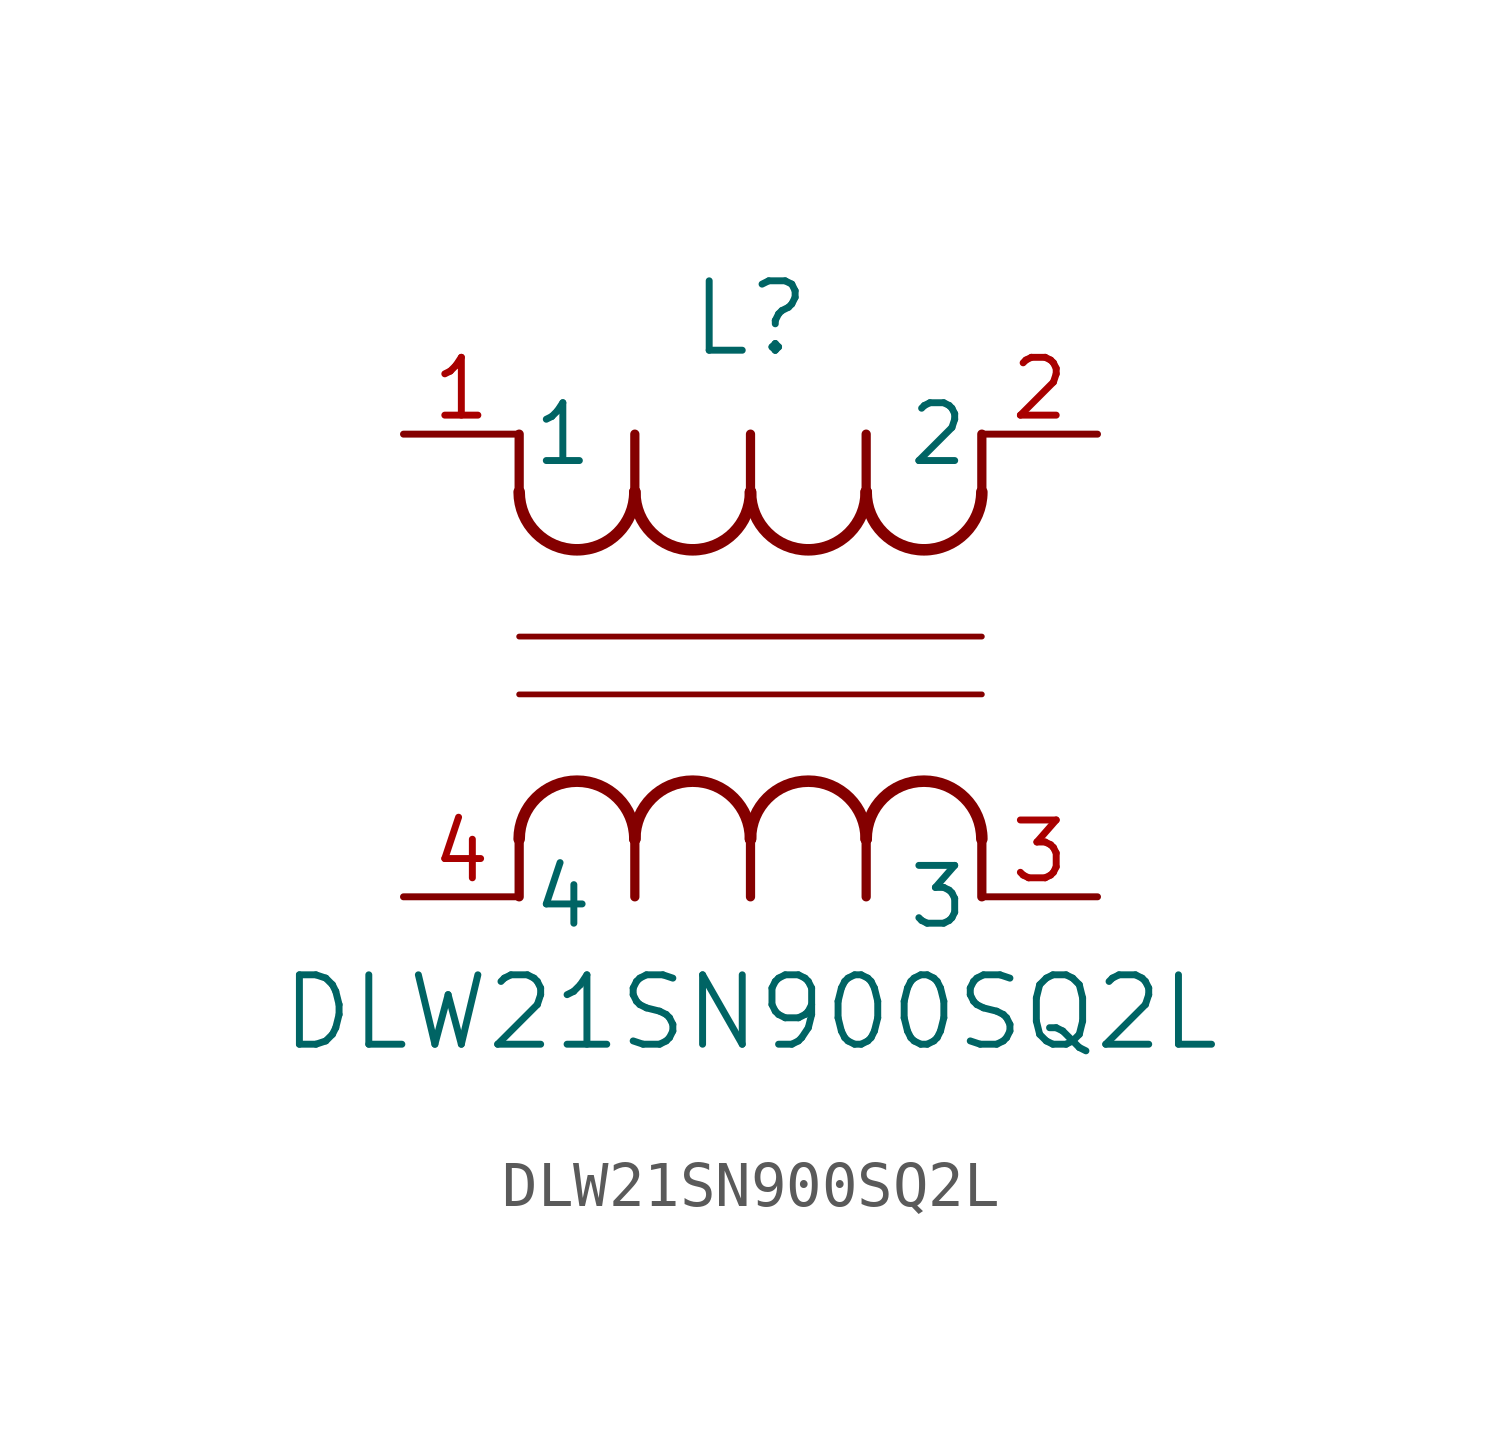
<source format=kicad_sym>
(kicad_symbol_lib
  (version 20211014)
  (generator kicad_symbol_editor)
  (symbol "DLW21SN900SQ2L"
    (pin_names
      (offset 0.254))
    (property "Reference" "L"
      (at 7.62 2.54 0)
      (effects (font (size 1.524 1.524))))
    (property "Value" "DLW21SN900SQ2L"
      (at 7.62 -12.7 0)
      (effects (font (size 1.524 1.524))))
    (symbol "DLW21SN900SQ2L_0_1"
      (arc (start 7.62 -8.89) (mid 6.35 -7.62) (end 5.08 -8.89) (stroke (width 0.254) (type default) (color 0 0 0 0)) (fill (type none)))
      (polyline (pts (xy 5.08 -10.16) (xy 5.08 -8.89)) (stroke (width 0.203) (type default) (color 0 0 0 0)) (fill (type none)))
      (polyline (pts (xy 7.62 -10.16) (xy 7.62 -8.89)) (stroke (width 0.203) (type default) (color 0 0 0 0)) (fill (type none)))
      (polyline (pts (xy 12.7 -10.16) (xy 12.7 -8.89)) (stroke (width 0.203) (type default) (color 0 0 0 0)) (fill (type none)))
      (arc (start 5.08 -8.89) (mid 3.81 -7.62) (end 2.54 -8.89) (stroke (width 0.254) (type default) (color 0 0 0 0)) (fill (type none)))
      (arc (start 10.16 -8.89) (mid 8.89 -7.62) (end 7.62 -8.89) (stroke (width 0.254) (type default) (color 0 0 0 0)) (fill (type none)))
      (arc (start 12.7 -8.89) (mid 11.43 -7.62) (end 10.16 -8.89) (stroke (width 0.254) (type default) (color 0 0 0 0)) (fill (type none)))
      (polyline (pts (xy 2.54 -10.16) (xy 2.54 -8.89)) (stroke (width 0.203) (type default) (color 0 0 0 0)) (fill (type none)))
      (polyline (pts (xy 10.16 -10.16) (xy 10.16 -8.89)) (stroke (width 0.203) (type default) (color 0 0 0 0)) (fill (type none)))
      (arc (start 5.08 -1.27) (mid 6.35 -2.54) (end 7.62 -1.27) (stroke (width 0.254) (type default) (color 0 0 0 0)) (fill (type none)))
      (polyline (pts (xy 5.08 0) (xy 5.08 -1.27)) (stroke (width 0.203) (type default) (color 0 0 0 0)) (fill (type none)))
      (polyline (pts (xy 7.62 0) (xy 7.62 -1.27)) (stroke (width 0.203) (type default) (color 0 0 0 0)) (fill (type none)))
      (polyline (pts (xy 12.7 0) (xy 12.7 -1.27)) (stroke (width 0.203) (type default) (color 0 0 0 0)) (fill (type none)))
      (arc (start 2.54 -1.27) (mid 3.81 -2.54) (end 5.08 -1.27) (stroke (width 0.254) (type default) (color 0 0 0 0)) (fill (type none)))
      (arc (start 7.62 -1.27) (mid 8.89 -2.54) (end 10.16 -1.27) (stroke (width 0.254) (type default) (color 0 0 0 0)) (fill (type none)))
      (arc (start 10.16 -1.27) (mid 11.43 -2.54) (end 12.7 -1.27) (stroke (width 0.254) (type default) (color 0 0 0 0)) (fill (type none)))
      (polyline (pts (xy 2.54 0) (xy 2.54 -1.27)) (stroke (width 0.203) (type default) (color 0 0 0 0)) (fill (type none)))
      (polyline (pts (xy 10.16 0) (xy 10.16 -1.27)) (stroke (width 0.203) (type default) (color 0 0 0 0)) (fill (type none)))
      (polyline (pts (xy 12.7 -4.445) (xy 2.54 -4.445)) (stroke (width 0.127) (type default) (color 0 0 0 0)) (fill (type none)))
      (polyline (pts (xy 2.54 -5.715) (xy 12.7 -5.715)) (stroke (width 0.127) (type default) (color 0 0 0 0)) (fill (type none)))
      (pin unspecified line (at 15.24 0 180) (length 2.54) (name "2" (effects (font (size 1.27 1.27)))) (number "2" (effects (font (size 1.27 1.27)))))
      (pin unspecified line (at 0 0 0) (length 2.54) (name "1" (effects (font (size 1.27 1.27)))) (number "1" (effects (font (size 1.27 1.27)))))
      (pin unspecified line (at 15.24 -10.16 180) (length 2.54) (name "3" (effects (font (size 1.27 1.27)))) (number "3" (effects (font (size 1.27 1.27)))))
      (pin unspecified line (at 0 -10.16 0) (length 2.54) (name "4" (effects (font (size 1.27 1.27)))) (number "4" (effects (font (size 1.27 1.27))))))))
</source>
